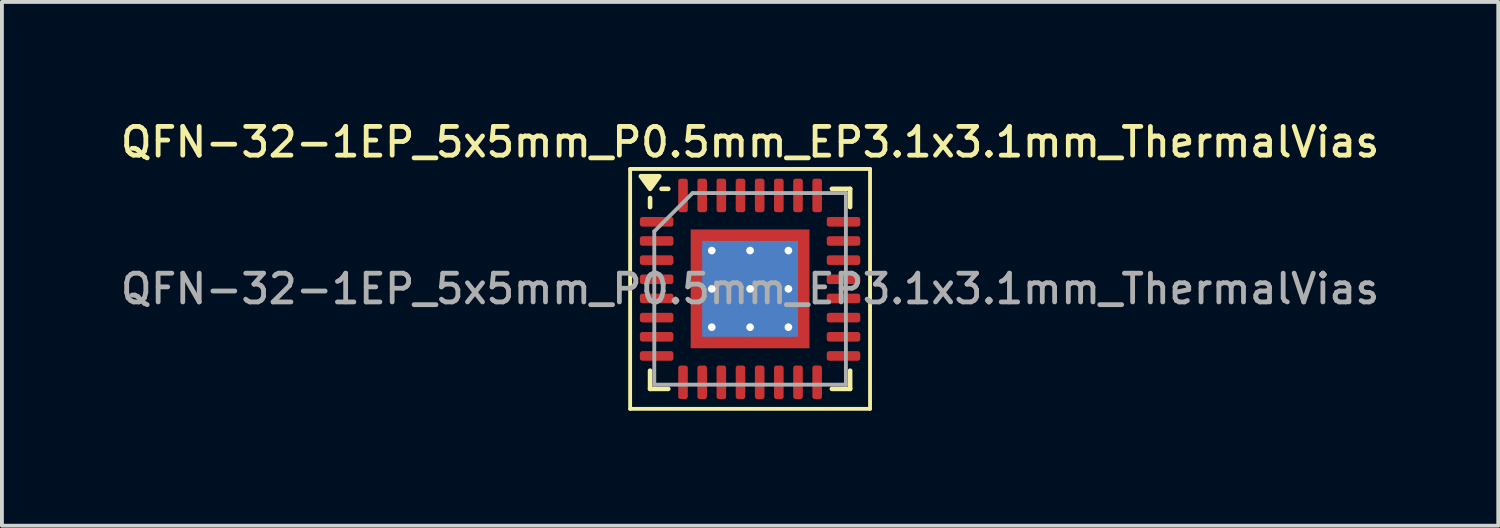
<source format=kicad_pcb>
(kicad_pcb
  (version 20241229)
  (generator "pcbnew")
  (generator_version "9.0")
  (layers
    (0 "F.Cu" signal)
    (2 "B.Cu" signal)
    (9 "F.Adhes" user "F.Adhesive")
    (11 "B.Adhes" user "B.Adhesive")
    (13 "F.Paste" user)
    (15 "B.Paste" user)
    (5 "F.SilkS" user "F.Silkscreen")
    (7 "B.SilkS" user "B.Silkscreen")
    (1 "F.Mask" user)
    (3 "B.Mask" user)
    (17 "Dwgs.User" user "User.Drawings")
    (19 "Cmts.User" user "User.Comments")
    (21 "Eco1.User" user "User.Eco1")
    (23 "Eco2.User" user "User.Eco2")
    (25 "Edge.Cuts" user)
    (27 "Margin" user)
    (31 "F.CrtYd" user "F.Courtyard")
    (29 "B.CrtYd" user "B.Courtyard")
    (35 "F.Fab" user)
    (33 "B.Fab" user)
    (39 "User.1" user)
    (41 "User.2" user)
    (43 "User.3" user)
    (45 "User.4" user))
  (footprint "QFN-32-1EP_5x5mm_P0.5mm_EP3.1x3.1mm_ThermalVias"
    (layer "F.Cu")
    (at 16.523 4.488)
    (property "Reference" "QFN-32-1EP_5x5mm_P0.5mm_EP3.1x3.1mm_ThermalVias" (at 0 -3.83 0) (layer "F.SilkS") (effects (font (size 0.75 0.75) (thickness 0.125))))
    (attr smd)
    (fp_line (start -3.13 -3.13) (end -3.13 3.13) (stroke (width 0.1) (type solid)) (layer "F.SilkS"))
    (fp_line (start -3.13 3.13) (end 3.13 3.13) (stroke (width 0.1) (type solid)) (layer "F.SilkS"))
    (fp_line (start -2.61 -2.135) (end -2.61 -2.37) (stroke (width 0.12) (type solid)) (layer "F.SilkS"))
    (fp_line (start -2.61 2.61) (end -2.61 2.135) (stroke (width 0.12) (type solid)) (layer "F.SilkS"))
    (fp_line (start -2.135 -2.61) (end -2.31 -2.61) (stroke (width 0.12) (type solid)) (layer "F.SilkS"))
    (fp_line (start -2.135 2.61) (end -2.61 2.61) (stroke (width 0.12) (type solid)) (layer "F.SilkS"))
    (fp_line (start 2.135 -2.61) (end 2.61 -2.61) (stroke (width 0.12) (type solid)) (layer "F.SilkS"))
    (fp_line (start 2.135 2.61) (end 2.61 2.61) (stroke (width 0.12) (type solid)) (layer "F.SilkS"))
    (fp_line (start 2.61 -2.61) (end 2.61 -2.135) (stroke (width 0.12) (type solid)) (layer "F.SilkS"))
    (fp_line (start 2.61 2.61) (end 2.61 2.135) (stroke (width 0.12) (type solid)) (layer "F.SilkS"))
    (fp_line (start 3.13 -3.13) (end -3.13 -3.13) (stroke (width 0.1) (type solid)) (layer "F.SilkS"))
    (fp_line (start 3.13 3.13) (end 3.13 -3.13) (stroke (width 0.1) (type solid)) (layer "F.SilkS"))
    (fp_poly (pts (xy -2.61 -2.61) (xy -2.85 -2.94) (xy -2.37 -2.94) (xy -2.61 -2.61)) (stroke (width 0.12) (type solid)) (fill yes) (layer "F.SilkS"))
    (fp_line (start -2.5 -1.5) (end -1.5 -2.5) (stroke (width 0.1) (type solid)) (layer "F.Fab"))
    (fp_line (start -2.5 2.5) (end -2.5 -1.5) (stroke (width 0.1) (type solid)) (layer "F.Fab"))
    (fp_line (start -1.5 -2.5) (end 2.5 -2.5) (stroke (width 0.1) (type solid)) (layer "F.Fab"))
    (fp_line (start 2.5 -2.5) (end 2.5 2.5) (stroke (width 0.1) (type solid)) (layer "F.Fab"))
    (fp_line (start 2.5 2.5) (end -2.5 2.5) (stroke (width 0.1) (type solid)) (layer "F.Fab"))
    (fp_text user "${REFERENCE}" (at 0 0 0) (layer "F.Fab") (effects (font (size 0.75 0.75) (thickness 0.125))))
    (pad "" smd custom (at -1.275 -1.275) (size 0.319 0.319) (layers "F.Paste") (options (anchor circle)) (primitives (gr_poly (pts (xy -0.111 -0.111) (xy 0.111 -0.111) (xy 0.111 -0.000473) (xy -0.000473 0.111) (xy -0.111 0.111)) (width 0.222) (fill yes))))
    (pad "" smd custom (at -1.275 -0.5) (size 0.35 0.35) (layers "F.Paste") (options (anchor circle)) (primitives (gr_poly (pts (xy -0.128 -0.309) (xy 0.05 -0.309) (xy 0.128 -0.232) (xy 0.128 0.232) (xy 0.05 0.309) (xy -0.128 0.309)) (width 0.188) (fill yes))))
    (pad "" smd custom (at -1.275 0.5) (size 0.35 0.35) (layers "F.Paste") (options (anchor circle)) (primitives (gr_poly (pts (xy -0.128 -0.309) (xy 0.05 -0.309) (xy 0.128 -0.232) (xy 0.128 0.232) (xy 0.05 0.309) (xy -0.128 0.309)) (width 0.188) (fill yes))))
    (pad "" smd custom (at -1.275 1.275) (size 0.319 0.319) (layers "F.Paste") (options (anchor circle)) (primitives (gr_poly (pts (xy -0.111 -0.111) (xy -0.000473 -0.111) (xy 0.111 0.000473) (xy 0.111 0.111) (xy -0.111 0.111)) (width 0.222) (fill yes))))
    (pad "" smd custom (at -0.5 -1.275) (size 0.35 0.35) (layers "F.Paste") (options (anchor circle)) (primitives (gr_poly (pts (xy -0.309 -0.128) (xy 0.309 -0.128) (xy 0.309 0.05) (xy 0.232 0.128) (xy -0.232 0.128) (xy -0.309 0.05)) (width 0.188) (fill yes))))
    (pad "" smd roundrect (at -0.5 -0.5) (size 0.806 0.806) (layers "F.Paste") (roundrect_rratio 0.25))
    (pad "" smd roundrect (at -0.5 0.5) (size 0.806 0.806) (layers "F.Paste") (roundrect_rratio 0.25))
    (pad "" smd custom (at -0.5 1.275) (size 0.35 0.35) (layers "F.Paste") (options (anchor circle)) (primitives (gr_poly (pts (xy -0.309 -0.05) (xy -0.232 -0.128) (xy 0.232 -0.128) (xy 0.309 -0.05) (xy 0.309 0.128) (xy -0.309 0.128)) (width 0.188) (fill yes))))
    (pad "" smd custom (at 0.5 -1.275) (size 0.35 0.35) (layers "F.Paste") (options (anchor circle)) (primitives (gr_poly (pts (xy -0.309 -0.128) (xy 0.309 -0.128) (xy 0.309 0.05) (xy 0.232 0.128) (xy -0.232 0.128) (xy -0.309 0.05)) (width 0.188) (fill yes))))
    (pad "" smd roundrect (at 0.5 -0.5) (size 0.806 0.806) (layers "F.Paste") (roundrect_rratio 0.25))
    (pad "" smd roundrect (at 0.5 0.5) (size 0.806 0.806) (layers "F.Paste") (roundrect_rratio 0.25))
    (pad "" smd custom (at 0.5 1.275) (size 0.35 0.35) (layers "F.Paste") (options (anchor circle)) (primitives (gr_poly (pts (xy -0.309 -0.05) (xy -0.232 -0.128) (xy 0.232 -0.128) (xy 0.309 -0.05) (xy 0.309 0.128) (xy -0.309 0.128)) (width 0.188) (fill yes))))
    (pad "" smd custom (at 1.275 -1.275) (size 0.319 0.319) (layers "F.Paste") (options (anchor circle)) (primitives (gr_poly (pts (xy -0.111 -0.111) (xy 0.111 -0.111) (xy 0.111 0.111) (xy 0.000473 0.111) (xy -0.111 -0.000473)) (width 0.222) (fill yes))))
    (pad "" smd custom (at 1.275 -0.5) (size 0.35 0.35) (layers "F.Paste") (options (anchor circle)) (primitives (gr_poly (pts (xy -0.128 -0.232) (xy -0.05 -0.309) (xy 0.128 -0.309) (xy 0.128 0.309) (xy -0.05 0.309) (xy -0.128 0.232)) (width 0.188) (fill yes))))
    (pad "" smd custom (at 1.275 0.5) (size 0.35 0.35) (layers "F.Paste") (options (anchor circle)) (primitives (gr_poly (pts (xy -0.128 -0.232) (xy -0.05 -0.309) (xy 0.128 -0.309) (xy 0.128 0.309) (xy -0.05 0.309) (xy -0.128 0.232)) (width 0.188) (fill yes))))
    (pad "" smd custom (at 1.275 1.275) (size 0.319 0.319) (layers "F.Paste") (options (anchor circle)) (primitives (gr_poly (pts (xy -0.111 0.000473) (xy 0.000473 -0.111) (xy 0.111 -0.111) (xy 0.111 0.111) (xy -0.111 0.111)) (width 0.222) (fill yes))))
    (pad "1" smd roundrect (at -2.438 -1.75) (size 0.875 0.25) (layers "F.Cu" "F.Mask" "F.Paste") (roundrect_rratio 0.25))
    (pad "2" smd roundrect (at -2.438 -1.25) (size 0.875 0.25) (layers "F.Cu" "F.Mask" "F.Paste") (roundrect_rratio 0.25))
    (pad "3" smd roundrect (at -2.438 -0.75) (size 0.875 0.25) (layers "F.Cu" "F.Mask" "F.Paste") (roundrect_rratio 0.25))
    (pad "4" smd roundrect (at -2.438 -0.25) (size 0.875 0.25) (layers "F.Cu" "F.Mask" "F.Paste") (roundrect_rratio 0.25))
    (pad "5" smd roundrect (at -2.438 0.25) (size 0.875 0.25) (layers "F.Cu" "F.Mask" "F.Paste") (roundrect_rratio 0.25))
    (pad "6" smd roundrect (at -2.438 0.75) (size 0.875 0.25) (layers "F.Cu" "F.Mask" "F.Paste") (roundrect_rratio 0.25))
    (pad "7" smd roundrect (at -2.438 1.25) (size 0.875 0.25) (layers "F.Cu" "F.Mask" "F.Paste") (roundrect_rratio 0.25))
    (pad "8" smd roundrect (at -2.438 1.75) (size 0.875 0.25) (layers "F.Cu" "F.Mask" "F.Paste") (roundrect_rratio 0.25))
    (pad "9" smd roundrect (at -1.75 2.438) (size 0.25 0.875) (layers "F.Cu" "F.Mask" "F.Paste") (roundrect_rratio 0.25))
    (pad "10" smd roundrect (at -1.25 2.438) (size 0.25 0.875) (layers "F.Cu" "F.Mask" "F.Paste") (roundrect_rratio 0.25))
    (pad "11" smd roundrect (at -0.75 2.438) (size 0.25 0.875) (layers "F.Cu" "F.Mask" "F.Paste") (roundrect_rratio 0.25))
    (pad "12" smd roundrect (at -0.25 2.438) (size 0.25 0.875) (layers "F.Cu" "F.Mask" "F.Paste") (roundrect_rratio 0.25))
    (pad "13" smd roundrect (at 0.25 2.438) (size 0.25 0.875) (layers "F.Cu" "F.Mask" "F.Paste") (roundrect_rratio 0.25))
    (pad "14" smd roundrect (at 0.75 2.438) (size 0.25 0.875) (layers "F.Cu" "F.Mask" "F.Paste") (roundrect_rratio 0.25))
    (pad "15" smd roundrect (at 1.25 2.438) (size 0.25 0.875) (layers "F.Cu" "F.Mask" "F.Paste") (roundrect_rratio 0.25))
    (pad "16" smd roundrect (at 1.75 2.438) (size 0.25 0.875) (layers "F.Cu" "F.Mask" "F.Paste") (roundrect_rratio 0.25))
    (pad "17" smd roundrect (at 2.438 1.75) (size 0.875 0.25) (layers "F.Cu" "F.Mask" "F.Paste") (roundrect_rratio 0.25))
    (pad "18" smd roundrect (at 2.438 1.25) (size 0.875 0.25) (layers "F.Cu" "F.Mask" "F.Paste") (roundrect_rratio 0.25))
    (pad "19" smd roundrect (at 2.438 0.75) (size 0.875 0.25) (layers "F.Cu" "F.Mask" "F.Paste") (roundrect_rratio 0.25))
    (pad "20" smd roundrect (at 2.438 0.25) (size 0.875 0.25) (layers "F.Cu" "F.Mask" "F.Paste") (roundrect_rratio 0.25))
    (pad "21" smd roundrect (at 2.438 -0.25) (size 0.875 0.25) (layers "F.Cu" "F.Mask" "F.Paste") (roundrect_rratio 0.25))
    (pad "22" smd roundrect (at 2.438 -0.75) (size 0.875 0.25) (layers "F.Cu" "F.Mask" "F.Paste") (roundrect_rratio 0.25))
    (pad "23" smd roundrect (at 2.438 -1.25) (size 0.875 0.25) (layers "F.Cu" "F.Mask" "F.Paste") (roundrect_rratio 0.25))
    (pad "24" smd roundrect (at 2.438 -1.75) (size 0.875 0.25) (layers "F.Cu" "F.Mask" "F.Paste") (roundrect_rratio 0.25))
    (pad "25" smd roundrect (at 1.75 -2.438) (size 0.25 0.875) (layers "F.Cu" "F.Mask" "F.Paste") (roundrect_rratio 0.25))
    (pad "26" smd roundrect (at 1.25 -2.438) (size 0.25 0.875) (layers "F.Cu" "F.Mask" "F.Paste") (roundrect_rratio 0.25))
    (pad "27" smd roundrect (at 0.75 -2.438) (size 0.25 0.875) (layers "F.Cu" "F.Mask" "F.Paste") (roundrect_rratio 0.25))
    (pad "28" smd roundrect (at 0.25 -2.438) (size 0.25 0.875) (layers "F.Cu" "F.Mask" "F.Paste") (roundrect_rratio 0.25))
    (pad "29" smd roundrect (at -0.25 -2.438) (size 0.25 0.875) (layers "F.Cu" "F.Mask" "F.Paste") (roundrect_rratio 0.25))
    (pad "30" smd roundrect (at -0.75 -2.438) (size 0.25 0.875) (layers "F.Cu" "F.Mask" "F.Paste") (roundrect_rratio 0.25))
    (pad "31" smd roundrect (at -1.25 -2.438) (size 0.25 0.875) (layers "F.Cu" "F.Mask" "F.Paste") (roundrect_rratio 0.25))
    (pad "32" smd roundrect (at -1.75 -2.438) (size 0.25 0.875) (layers "F.Cu" "F.Mask" "F.Paste") (roundrect_rratio 0.25))
    (pad "33" thru_hole circle (at -1 -1) (size 0.5 0.5) (drill 0.2) (property pad_prop_heatsink) (layers "*.Cu"))
    (pad "33" thru_hole circle (at -1 0) (size 0.5 0.5) (drill 0.2) (property pad_prop_heatsink) (layers "*.Cu"))
    (pad "33" thru_hole circle (at -1 1) (size 0.5 0.5) (drill 0.2) (property pad_prop_heatsink) (layers "*.Cu"))
    (pad "33" thru_hole circle (at 0 -1) (size 0.5 0.5) (drill 0.2) (property pad_prop_heatsink) (layers "*.Cu"))
    (pad "33" thru_hole circle (at 0 0) (size 0.5 0.5) (drill 0.2) (property pad_prop_heatsink) (layers "*.Cu"))
    (pad "33" smd rect (at 0 0) (size 2.5 2.5) (property pad_prop_heatsink) (layers "B.Cu"))
    (pad "33" smd rect (at 0 0) (size 3.1 3.1) (property pad_prop_heatsink) (layers "F.Cu" "F.Mask"))
    (pad "33" thru_hole circle (at 0 1) (size 0.5 0.5) (drill 0.2) (property pad_prop_heatsink) (layers "*.Cu"))
    (pad "33" thru_hole circle (at 1 -1) (size 0.5 0.5) (drill 0.2) (property pad_prop_heatsink) (layers "*.Cu"))
    (pad "33" thru_hole circle (at 1 0) (size 0.5 0.5) (drill 0.2) (property pad_prop_heatsink) (layers "*.Cu"))
    (pad "33" thru_hole circle (at 1 1) (size 0.5 0.5) (drill 0.2) (property pad_prop_heatsink) (layers "*.Cu")))
  (gr_rect
    (start -3 -3)
    (end 36.046 10.668)
    (stroke (width 0.1) (type default))
    (fill no)
    (layer "Edge.Cuts")))
</source>
